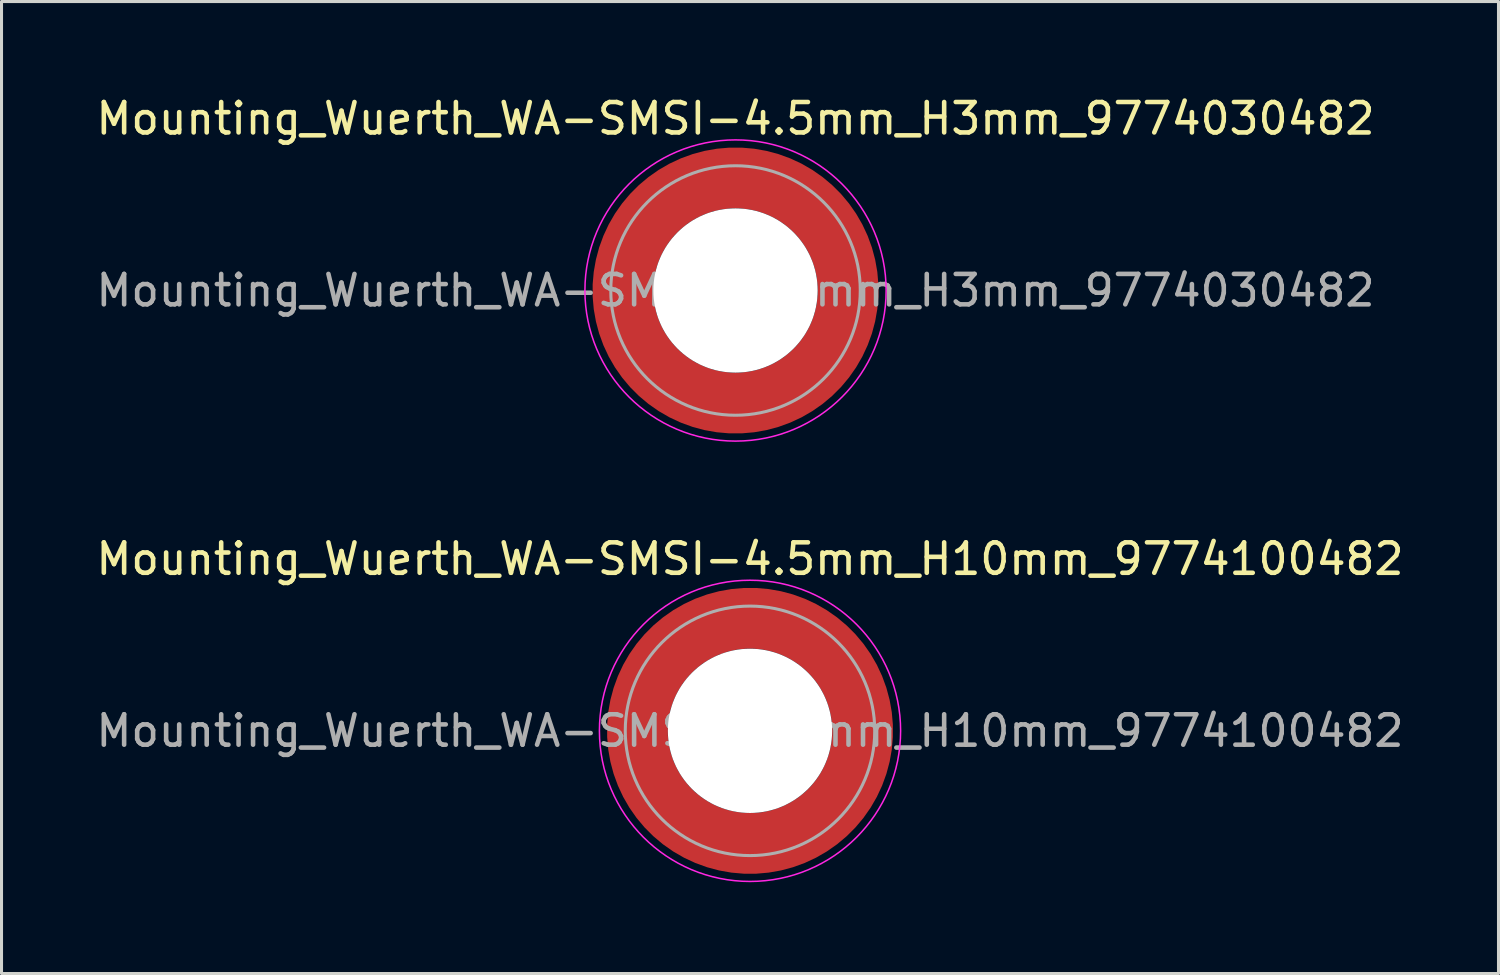
<source format=kicad_pcb>
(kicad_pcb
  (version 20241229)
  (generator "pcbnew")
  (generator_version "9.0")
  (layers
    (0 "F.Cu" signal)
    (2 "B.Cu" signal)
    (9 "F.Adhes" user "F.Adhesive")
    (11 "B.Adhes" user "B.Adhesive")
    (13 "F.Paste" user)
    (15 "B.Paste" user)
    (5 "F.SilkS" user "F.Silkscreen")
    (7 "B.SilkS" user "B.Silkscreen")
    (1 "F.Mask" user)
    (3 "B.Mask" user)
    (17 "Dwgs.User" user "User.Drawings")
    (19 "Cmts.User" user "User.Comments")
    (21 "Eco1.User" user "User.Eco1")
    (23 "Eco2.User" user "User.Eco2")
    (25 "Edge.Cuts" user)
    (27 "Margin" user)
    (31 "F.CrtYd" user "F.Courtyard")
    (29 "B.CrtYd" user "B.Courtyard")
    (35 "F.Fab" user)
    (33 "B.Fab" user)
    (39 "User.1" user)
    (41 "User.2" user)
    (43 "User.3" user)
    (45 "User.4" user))
  (footprint "Mounting_Wuerth_WA-SMSI-4.5mm_H10mm_9774100482"
    (layer "F.Cu")
    (at 21.601 20.971)
    (property "Reference" "Mounting_Wuerth_WA-SMSI-4.5mm_H10mm_9774100482" (at 0 -5.65 0) (layer "F.SilkS") (effects (font (size 1 1) (thickness 0.15))))
    (property "Mouser Part no." "" (at 0 0 0) (layer "F.Fab") (effects (font (size 1.27 1.27) (thickness 0.15))))
    (property "Mouser link" "" (at 0 0 0) (layer "F.Fab") (effects (font (size 1.27 1.27) (thickness 0.15))))
    (attr smd)
    (fp_circle (center 0 0) (end 4.95 0) (stroke (width 0.05) (type solid)) (fill no) (layer "F.CrtYd"))
    (fp_circle (center 0 0) (end 4.1 0) (stroke (width 0.1) (type solid)) (fill no) (layer "F.Fab"))
    (fp_text user "${REFERENCE}" (at 0 0 0) (layer "F.Fab") (effects (font (size 1 1) (thickness 0.15))))
    (pad "" smd custom (at -2.607 -2.607) (size 1.495 1.495) (layers "F.Paste") (options (anchor circle)) (primitives (gr_arc (start -0.188183 2.107456) (mid 0.598928 0.599619) (end 2.106494 -0.188011) (width 0.2)) (gr_arc (start -0.289416 2.107456) (mid 0.528508 0.529033) (end 2.106724 -0.28929) (width 0.2)) (gr_arc (start -0.390547 2.107456) (mid 0.457087 0.459449) (end 2.104161 -0.389996) (width 0.2)) (gr_arc (start -0.491585 2.107456) (mid 0.386415 0.389116) (end 2.103685 -0.490974) (width 0.2)) (gr_arc (start -0.59254 2.107456) (mid 0.31649 0.318035) (end 2.105297 -0.592202) (width 0.2)) (gr_arc (start -0.693419 2.107456) (mid 0.245252 0.248268) (end 2.103239 -0.692777) (width 0.2)) (gr_arc (start -0.794229 2.107456) (mid 0.174636 0.177878) (end 2.102921 -0.793559) (width 0.2)) (gr_arc (start -0.894975 2.107456) (mid 0.104643 0.106866) (end 2.104343 -0.894529) (width 0.2)) (gr_arc (start -0.995664 2.107456) (mid 0.033026 0.037479) (end 2.101219 -0.994793) (width 0.2)) (gr_arc (start -1.0963 2.107456) (mid -0.035789 -0.034714) (end 2.105949 -1.096096) (width 0.2)) (gr_arc (start -1.196886 2.107456) (mid -0.106351 -0.105157) (end 2.105783 -1.196666) (width 0.2)) (gr_arc (start -1.297427 2.107456) (mid -0.176416 -0.176097) (end 2.107009 -1.29737) (width 0.2)) (gr_arc (start -1.397927 2.107456) (mid -0.248476 -0.245042) (end 2.102638 -1.397323) (width 0.2)) (gr_arc (start -1.498388 2.107456) (mid -0.317612 -0.316913) (end 2.106475 -1.498268) (width 0.2)) (gr_arc (start -1.598813 2.107456) (mid -0.388865 -0.386665) (end 2.104366 -1.598444) (width 0.2)) (gr_arc (start -1.699204 2.107456) (mid -0.459747 -0.456787) (end 2.103299 -1.698719) (width 0.2)) (gr_arc (start -1.799565 2.107456) (mid -0.530257 -0.527283) (end 2.103277 -1.799089) (width 0.2)) (gr_arc (start -1.899896 2.107456) (mid -0.600396 -0.59815) (end 2.104299 -1.899545) (width 0.2)) (gr_arc (start -1.899896 2.107456) (mid -0.600396 -0.59815) (end 2.104299 -1.899545) (width 0.2)) (gr_line (start 2.107 -0.188) (end 2.107 -1.9) (width 0.2)) (gr_line (start -0.188 2.107) (end -1.9 2.107) (width 0.2))))
    (pad "" smd custom (at -2.607 2.607) (size 1.495 1.495) (layers "F.Paste") (options (anchor circle)) (primitives (gr_arc (start 2.107456 0.188183) (mid 0.599619 -0.598928) (end -0.188011 -2.106494) (width 0.2)) (gr_arc (start 2.107456 0.289416) (mid 0.529033 -0.528508) (end -0.28929 -2.106724) (width 0.2)) (gr_arc (start 2.107456 0.390547) (mid 0.459449 -0.457087) (end -0.389996 -2.104161) (width 0.2)) (gr_arc (start 2.107456 0.491585) (mid 0.389116 -0.386415) (end -0.490974 -2.103685) (width 0.2)) (gr_arc (start 2.107456 0.59254) (mid 0.318035 -0.31649) (end -0.592202 -2.105297) (width 0.2)) (gr_arc (start 2.107456 0.693419) (mid 0.248268 -0.245252) (end -0.692777 -2.103239) (width 0.2)) (gr_arc (start 2.107456 0.794229) (mid 0.177878 -0.174636) (end -0.793559 -2.102921) (width 0.2)) (gr_arc (start 2.107456 0.894975) (mid 0.106866 -0.104643) (end -0.894529 -2.104343) (width 0.2)) (gr_arc (start 2.107456 0.995664) (mid 0.037479 -0.033026) (end -0.994793 -2.101219) (width 0.2)) (gr_arc (start 2.107456 1.0963) (mid -0.034714 0.035789) (end -1.096096 -2.105949) (width 0.2)) (gr_arc (start 2.107456 1.196886) (mid -0.105157 0.106351) (end -1.196666 -2.105783) (width 0.2)) (gr_arc (start 2.107456 1.297427) (mid -0.176097 0.176416) (end -1.29737 -2.107009) (width 0.2)) (gr_arc (start 2.107456 1.397927) (mid -0.245042 0.248476) (end -1.397323 -2.102638) (width 0.2)) (gr_arc (start 2.107456 1.498388) (mid -0.316913 0.317612) (end -1.498268 -2.106475) (width 0.2)) (gr_arc (start 2.107456 1.598813) (mid -0.386665 0.388865) (end -1.598444 -2.104366) (width 0.2)) (gr_arc (start 2.107456 1.699204) (mid -0.456787 0.459747) (end -1.698719 -2.103299) (width 0.2)) (gr_arc (start 2.107456 1.799565) (mid -0.527283 0.530257) (end -1.799089 -2.103277) (width 0.2)) (gr_arc (start 2.107456 1.899896) (mid -0.59815 0.600396) (end -1.899545 -2.104299) (width 0.2)) (gr_arc (start 2.107456 1.899896) (mid -0.59815 0.600396) (end -1.899545 -2.104299) (width 0.2)) (gr_line (start -0.188 -2.107) (end -1.9 -2.107) (width 0.2)) (gr_line (start 2.107 0.188) (end 2.107 1.9) (width 0.2))))
    (pad "" np_thru_hole circle (at 0 0) (size 5.4 5.4) (drill 5.4) (layers "*.Cu" "*.Mask"))
    (pad "" smd custom (at 2.607 -2.607) (size 1.495 1.495) (layers "F.Paste") (options (anchor circle)) (primitives (gr_arc (start -2.107456 -0.188183) (mid -0.599619 0.598928) (end 0.188011 2.106494) (width 0.2)) (gr_arc (start -2.107456 -0.289416) (mid -0.529033 0.528508) (end 0.28929 2.106724) (width 0.2)) (gr_arc (start -2.107456 -0.390547) (mid -0.459449 0.457087) (end 0.389996 2.104161) (width 0.2)) (gr_arc (start -2.107456 -0.491585) (mid -0.389116 0.386415) (end 0.490974 2.103685) (width 0.2)) (gr_arc (start -2.107456 -0.59254) (mid -0.318035 0.31649) (end 0.592202 2.105297) (width 0.2)) (gr_arc (start -2.107456 -0.693419) (mid -0.248268 0.245252) (end 0.692777 2.103239) (width 0.2)) (gr_arc (start -2.107456 -0.794229) (mid -0.177878 0.174636) (end 0.793559 2.102921) (width 0.2)) (gr_arc (start -2.107456 -0.894975) (mid -0.106866 0.104643) (end 0.894529 2.104343) (width 0.2)) (gr_arc (start -2.107456 -0.995664) (mid -0.037479 0.033026) (end 0.994793 2.101219) (width 0.2)) (gr_arc (start -2.107456 -1.0963) (mid 0.034714 -0.035789) (end 1.096096 2.105949) (width 0.2)) (gr_arc (start -2.107456 -1.196886) (mid 0.105157 -0.106351) (end 1.196666 2.105783) (width 0.2)) (gr_arc (start -2.107456 -1.297427) (mid 0.176097 -0.176416) (end 1.29737 2.107009) (width 0.2)) (gr_arc (start -2.107456 -1.397927) (mid 0.245042 -0.248476) (end 1.397323 2.102638) (width 0.2)) (gr_arc (start -2.107456 -1.498388) (mid 0.316913 -0.317612) (end 1.498268 2.106475) (width 0.2)) (gr_arc (start -2.107456 -1.598813) (mid 0.386665 -0.388865) (end 1.598444 2.104366) (width 0.2)) (gr_arc (start -2.107456 -1.699204) (mid 0.456787 -0.459747) (end 1.698719 2.103299) (width 0.2)) (gr_arc (start -2.107456 -1.799565) (mid 0.527283 -0.530257) (end 1.799089 2.103277) (width 0.2)) (gr_arc (start -2.107456 -1.899896) (mid 0.59815 -0.600396) (end 1.899545 2.104299) (width 0.2)) (gr_arc (start -2.107456 -1.899896) (mid 0.59815 -0.600396) (end 1.899545 2.104299) (width 0.2)) (gr_line (start 0.188 2.107) (end 1.9 2.107) (width 0.2)) (gr_line (start -2.107 -0.188) (end -2.107 -1.9) (width 0.2))))
    (pad "" smd custom (at 2.607 2.607) (size 1.495 1.495) (layers "F.Paste") (options (anchor circle)) (primitives (gr_arc (start 0.188183 -2.107456) (mid -0.598928 -0.599619) (end -2.106494 0.188011) (width 0.2)) (gr_arc (start 0.289416 -2.107456) (mid -0.528508 -0.529033) (end -2.106724 0.28929) (width 0.2)) (gr_arc (start 0.390547 -2.107456) (mid -0.457087 -0.459449) (end -2.104161 0.389996) (width 0.2)) (gr_arc (start 0.491585 -2.107456) (mid -0.386415 -0.389116) (end -2.103685 0.490974) (width 0.2)) (gr_arc (start 0.59254 -2.107456) (mid -0.31649 -0.318035) (end -2.105297 0.592202) (width 0.2)) (gr_arc (start 0.693419 -2.107456) (mid -0.245252 -0.248268) (end -2.103239 0.692777) (width 0.2)) (gr_arc (start 0.794229 -2.107456) (mid -0.174636 -0.177878) (end -2.102921 0.793559) (width 0.2)) (gr_arc (start 0.894975 -2.107456) (mid -0.104643 -0.106866) (end -2.104343 0.894529) (width 0.2)) (gr_arc (start 0.995664 -2.107456) (mid -0.033026 -0.037479) (end -2.101219 0.994793) (width 0.2)) (gr_arc (start 1.0963 -2.107456) (mid 0.035789 0.034714) (end -2.105949 1.096096) (width 0.2)) (gr_arc (start 1.196886 -2.107456) (mid 0.106351 0.105157) (end -2.105783 1.196666) (width 0.2)) (gr_arc (start 1.297427 -2.107456) (mid 0.176416 0.176097) (end -2.107009 1.29737) (width 0.2)) (gr_arc (start 1.397927 -2.107456) (mid 0.248476 0.245042) (end -2.102638 1.397323) (width 0.2)) (gr_arc (start 1.498388 -2.107456) (mid 0.317612 0.316913) (end -2.106475 1.498268) (width 0.2)) (gr_arc (start 1.598813 -2.107456) (mid 0.388865 0.386665) (end -2.104366 1.598444) (width 0.2)) (gr_arc (start 1.699204 -2.107456) (mid 0.459747 0.456787) (end -2.103299 1.698719) (width 0.2)) (gr_arc (start 1.799565 -2.107456) (mid 0.530257 0.527283) (end -2.103277 1.799089) (width 0.2)) (gr_arc (start 1.899896 -2.107456) (mid 0.600396 0.59815) (end -2.104299 1.899545) (width 0.2)) (gr_arc (start 1.899896 -2.107456) (mid 0.600396 0.59815) (end -2.104299 1.899545) (width 0.2)) (gr_line (start -2.107 0.188) (end -2.107 1.9) (width 0.2)) (gr_line (start 0.188 -2.107) (end 1.9 -2.107) (width 0.2))))
    (pad "1" smd circle (at -3.7 0) (size 1.6 1.6) (layers "F.Cu"))
    (pad "1" smd circle (at 0 -3.7) (size 1.6 1.6) (layers "F.Cu"))
    (pad "1" smd circle (at 0 3.7) (size 1.6 1.6) (layers "F.Cu"))
    (pad "1" smd custom (at 3.7 0) (size 1.6 1.6) (layers "F.Cu" "F.Mask") (options (anchor circle)) (primitives (gr_circle (center -3.7 0) (end 0 0) (width 2) (fill no)))))
  (footprint "Mounting_Wuerth_WA-SMSI-4.5mm_H3mm_9774030482"
    (layer "F.Cu")
    (at 21.125 6.498)
    (property "Reference" "Mounting_Wuerth_WA-SMSI-4.5mm_H3mm_9774030482" (at 0 -5.65 0) (layer "F.SilkS") (effects (font (size 1 1) (thickness 0.15))))
    (property "Mouser Part no." "" (at 0 0 0) (layer "F.Fab") (effects (font (size 1.27 1.27) (thickness 0.15))))
    (property "Mouser link" "" (at 0 0 0) (layer "F.Fab") (effects (font (size 1.27 1.27) (thickness 0.15))))
    (attr smd)
    (fp_circle (center 0 0) (end 4.95 0) (stroke (width 0.05) (type solid)) (fill no) (layer "F.CrtYd"))
    (fp_circle (center 0 0) (end 4.1 0) (stroke (width 0.1) (type solid)) (fill no) (layer "F.Fab"))
    (fp_text user "${REFERENCE}" (at 0 0 0) (layer "F.Fab") (effects (font (size 1 1) (thickness 0.15))))
    (pad "" smd custom (at -2.607 -2.607) (size 1.495 1.495) (layers "F.Paste") (options (anchor circle)) (primitives (gr_arc (start -0.188183 2.107456) (mid 0.598928 0.599619) (end 2.106494 -0.188011) (width 0.2)) (gr_arc (start -0.289416 2.107456) (mid 0.528508 0.529033) (end 2.106724 -0.28929) (width 0.2)) (gr_arc (start -0.390547 2.107456) (mid 0.457087 0.459449) (end 2.104161 -0.389996) (width 0.2)) (gr_arc (start -0.491585 2.107456) (mid 0.386415 0.389116) (end 2.103685 -0.490974) (width 0.2)) (gr_arc (start -0.59254 2.107456) (mid 0.31649 0.318035) (end 2.105297 -0.592202) (width 0.2)) (gr_arc (start -0.693419 2.107456) (mid 0.245252 0.248268) (end 2.103239 -0.692777) (width 0.2)) (gr_arc (start -0.794229 2.107456) (mid 0.174636 0.177878) (end 2.102921 -0.793559) (width 0.2)) (gr_arc (start -0.894975 2.107456) (mid 0.104643 0.106866) (end 2.104343 -0.894529) (width 0.2)) (gr_arc (start -0.995664 2.107456) (mid 0.033026 0.037479) (end 2.101219 -0.994793) (width 0.2)) (gr_arc (start -1.0963 2.107456) (mid -0.035789 -0.034714) (end 2.105949 -1.096096) (width 0.2)) (gr_arc (start -1.196886 2.107456) (mid -0.106351 -0.105157) (end 2.105783 -1.196666) (width 0.2)) (gr_arc (start -1.297427 2.107456) (mid -0.176416 -0.176097) (end 2.107009 -1.29737) (width 0.2)) (gr_arc (start -1.397927 2.107456) (mid -0.248476 -0.245042) (end 2.102638 -1.397323) (width 0.2)) (gr_arc (start -1.498388 2.107456) (mid -0.317612 -0.316913) (end 2.106475 -1.498268) (width 0.2)) (gr_arc (start -1.598813 2.107456) (mid -0.388865 -0.386665) (end 2.104366 -1.598444) (width 0.2)) (gr_arc (start -1.699204 2.107456) (mid -0.459747 -0.456787) (end 2.103299 -1.698719) (width 0.2)) (gr_arc (start -1.799565 2.107456) (mid -0.530257 -0.527283) (end 2.103277 -1.799089) (width 0.2)) (gr_arc (start -1.899896 2.107456) (mid -0.600396 -0.59815) (end 2.104299 -1.899545) (width 0.2)) (gr_arc (start -1.899896 2.107456) (mid -0.600396 -0.59815) (end 2.104299 -1.899545) (width 0.2)) (gr_line (start 2.107 -0.188) (end 2.107 -1.9) (width 0.2)) (gr_line (start -0.188 2.107) (end -1.9 2.107) (width 0.2))))
    (pad "" smd custom (at -2.607 2.607) (size 1.495 1.495) (layers "F.Paste") (options (anchor circle)) (primitives (gr_arc (start 2.107456 0.188183) (mid 0.599619 -0.598928) (end -0.188011 -2.106494) (width 0.2)) (gr_arc (start 2.107456 0.289416) (mid 0.529033 -0.528508) (end -0.28929 -2.106724) (width 0.2)) (gr_arc (start 2.107456 0.390547) (mid 0.459449 -0.457087) (end -0.389996 -2.104161) (width 0.2)) (gr_arc (start 2.107456 0.491585) (mid 0.389116 -0.386415) (end -0.490974 -2.103685) (width 0.2)) (gr_arc (start 2.107456 0.59254) (mid 0.318035 -0.31649) (end -0.592202 -2.105297) (width 0.2)) (gr_arc (start 2.107456 0.693419) (mid 0.248268 -0.245252) (end -0.692777 -2.103239) (width 0.2)) (gr_arc (start 2.107456 0.794229) (mid 0.177878 -0.174636) (end -0.793559 -2.102921) (width 0.2)) (gr_arc (start 2.107456 0.894975) (mid 0.106866 -0.104643) (end -0.894529 -2.104343) (width 0.2)) (gr_arc (start 2.107456 0.995664) (mid 0.037479 -0.033026) (end -0.994793 -2.101219) (width 0.2)) (gr_arc (start 2.107456 1.0963) (mid -0.034714 0.035789) (end -1.096096 -2.105949) (width 0.2)) (gr_arc (start 2.107456 1.196886) (mid -0.105157 0.106351) (end -1.196666 -2.105783) (width 0.2)) (gr_arc (start 2.107456 1.297427) (mid -0.176097 0.176416) (end -1.29737 -2.107009) (width 0.2)) (gr_arc (start 2.107456 1.397927) (mid -0.245042 0.248476) (end -1.397323 -2.102638) (width 0.2)) (gr_arc (start 2.107456 1.498388) (mid -0.316913 0.317612) (end -1.498268 -2.106475) (width 0.2)) (gr_arc (start 2.107456 1.598813) (mid -0.386665 0.388865) (end -1.598444 -2.104366) (width 0.2)) (gr_arc (start 2.107456 1.699204) (mid -0.456787 0.459747) (end -1.698719 -2.103299) (width 0.2)) (gr_arc (start 2.107456 1.799565) (mid -0.527283 0.530257) (end -1.799089 -2.103277) (width 0.2)) (gr_arc (start 2.107456 1.899896) (mid -0.59815 0.600396) (end -1.899545 -2.104299) (width 0.2)) (gr_arc (start 2.107456 1.899896) (mid -0.59815 0.600396) (end -1.899545 -2.104299) (width 0.2)) (gr_line (start -0.188 -2.107) (end -1.9 -2.107) (width 0.2)) (gr_line (start 2.107 0.188) (end 2.107 1.9) (width 0.2))))
    (pad "" np_thru_hole circle (at 0 0) (size 5.4 5.4) (drill 5.4) (layers "*.Cu" "*.Mask"))
    (pad "" smd custom (at 2.607 -2.607) (size 1.495 1.495) (layers "F.Paste") (options (anchor circle)) (primitives (gr_arc (start -2.107456 -0.188183) (mid -0.599619 0.598928) (end 0.188011 2.106494) (width 0.2)) (gr_arc (start -2.107456 -0.289416) (mid -0.529033 0.528508) (end 0.28929 2.106724) (width 0.2)) (gr_arc (start -2.107456 -0.390547) (mid -0.459449 0.457087) (end 0.389996 2.104161) (width 0.2)) (gr_arc (start -2.107456 -0.491585) (mid -0.389116 0.386415) (end 0.490974 2.103685) (width 0.2)) (gr_arc (start -2.107456 -0.59254) (mid -0.318035 0.31649) (end 0.592202 2.105297) (width 0.2)) (gr_arc (start -2.107456 -0.693419) (mid -0.248268 0.245252) (end 0.692777 2.103239) (width 0.2)) (gr_arc (start -2.107456 -0.794229) (mid -0.177878 0.174636) (end 0.793559 2.102921) (width 0.2)) (gr_arc (start -2.107456 -0.894975) (mid -0.106866 0.104643) (end 0.894529 2.104343) (width 0.2)) (gr_arc (start -2.107456 -0.995664) (mid -0.037479 0.033026) (end 0.994793 2.101219) (width 0.2)) (gr_arc (start -2.107456 -1.0963) (mid 0.034714 -0.035789) (end 1.096096 2.105949) (width 0.2)) (gr_arc (start -2.107456 -1.196886) (mid 0.105157 -0.106351) (end 1.196666 2.105783) (width 0.2)) (gr_arc (start -2.107456 -1.297427) (mid 0.176097 -0.176416) (end 1.29737 2.107009) (width 0.2)) (gr_arc (start -2.107456 -1.397927) (mid 0.245042 -0.248476) (end 1.397323 2.102638) (width 0.2)) (gr_arc (start -2.107456 -1.498388) (mid 0.316913 -0.317612) (end 1.498268 2.106475) (width 0.2)) (gr_arc (start -2.107456 -1.598813) (mid 0.386665 -0.388865) (end 1.598444 2.104366) (width 0.2)) (gr_arc (start -2.107456 -1.699204) (mid 0.456787 -0.459747) (end 1.698719 2.103299) (width 0.2)) (gr_arc (start -2.107456 -1.799565) (mid 0.527283 -0.530257) (end 1.799089 2.103277) (width 0.2)) (gr_arc (start -2.107456 -1.899896) (mid 0.59815 -0.600396) (end 1.899545 2.104299) (width 0.2)) (gr_arc (start -2.107456 -1.899896) (mid 0.59815 -0.600396) (end 1.899545 2.104299) (width 0.2)) (gr_line (start 0.188 2.107) (end 1.9 2.107) (width 0.2)) (gr_line (start -2.107 -0.188) (end -2.107 -1.9) (width 0.2))))
    (pad "" smd custom (at 2.607 2.607) (size 1.495 1.495) (layers "F.Paste") (options (anchor circle)) (primitives (gr_arc (start 0.188183 -2.107456) (mid -0.598928 -0.599619) (end -2.106494 0.188011) (width 0.2)) (gr_arc (start 0.289416 -2.107456) (mid -0.528508 -0.529033) (end -2.106724 0.28929) (width 0.2)) (gr_arc (start 0.390547 -2.107456) (mid -0.457087 -0.459449) (end -2.104161 0.389996) (width 0.2)) (gr_arc (start 0.491585 -2.107456) (mid -0.386415 -0.389116) (end -2.103685 0.490974) (width 0.2)) (gr_arc (start 0.59254 -2.107456) (mid -0.31649 -0.318035) (end -2.105297 0.592202) (width 0.2)) (gr_arc (start 0.693419 -2.107456) (mid -0.245252 -0.248268) (end -2.103239 0.692777) (width 0.2)) (gr_arc (start 0.794229 -2.107456) (mid -0.174636 -0.177878) (end -2.102921 0.793559) (width 0.2)) (gr_arc (start 0.894975 -2.107456) (mid -0.104643 -0.106866) (end -2.104343 0.894529) (width 0.2)) (gr_arc (start 0.995664 -2.107456) (mid -0.033026 -0.037479) (end -2.101219 0.994793) (width 0.2)) (gr_arc (start 1.0963 -2.107456) (mid 0.035789 0.034714) (end -2.105949 1.096096) (width 0.2)) (gr_arc (start 1.196886 -2.107456) (mid 0.106351 0.105157) (end -2.105783 1.196666) (width 0.2)) (gr_arc (start 1.297427 -2.107456) (mid 0.176416 0.176097) (end -2.107009 1.29737) (width 0.2)) (gr_arc (start 1.397927 -2.107456) (mid 0.248476 0.245042) (end -2.102638 1.397323) (width 0.2)) (gr_arc (start 1.498388 -2.107456) (mid 0.317612 0.316913) (end -2.106475 1.498268) (width 0.2)) (gr_arc (start 1.598813 -2.107456) (mid 0.388865 0.386665) (end -2.104366 1.598444) (width 0.2)) (gr_arc (start 1.699204 -2.107456) (mid 0.459747 0.456787) (end -2.103299 1.698719) (width 0.2)) (gr_arc (start 1.799565 -2.107456) (mid 0.530257 0.527283) (end -2.103277 1.799089) (width 0.2)) (gr_arc (start 1.899896 -2.107456) (mid 0.600396 0.59815) (end -2.104299 1.899545) (width 0.2)) (gr_arc (start 1.899896 -2.107456) (mid 0.600396 0.59815) (end -2.104299 1.899545) (width 0.2)) (gr_line (start -2.107 0.188) (end -2.107 1.9) (width 0.2)) (gr_line (start 0.188 -2.107) (end 1.9 -2.107) (width 0.2))))
    (pad "1" smd circle (at -3.7 0) (size 1.6 1.6) (layers "F.Cu"))
    (pad "1" smd circle (at 0 -3.7) (size 1.6 1.6) (layers "F.Cu"))
    (pad "1" smd circle (at 0 3.7) (size 1.6 1.6) (layers "F.Cu"))
    (pad "1" smd custom (at 3.7 0) (size 1.6 1.6) (layers "F.Cu" "F.Mask") (options (anchor circle)) (primitives (gr_circle (center -3.7 0) (end 0 0) (width 2) (fill no)))))
  (gr_rect
    (start -3 -3)
    (end 46.202 28.947)
    (stroke (width 0.1) (type default))
    (fill no)
    (layer "Edge.Cuts")))
</source>
